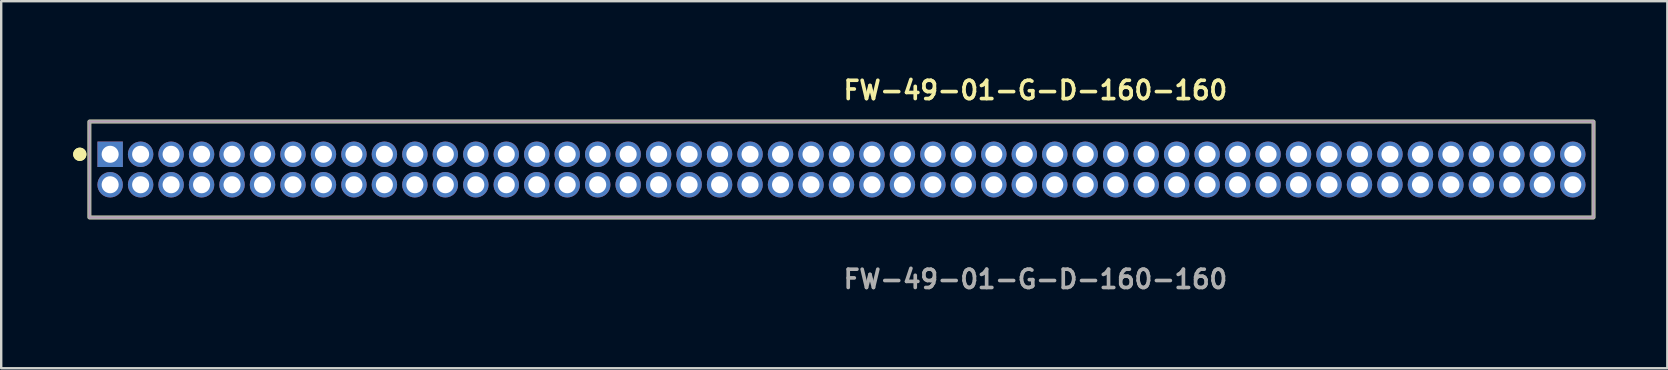
<source format=kicad_pcb>
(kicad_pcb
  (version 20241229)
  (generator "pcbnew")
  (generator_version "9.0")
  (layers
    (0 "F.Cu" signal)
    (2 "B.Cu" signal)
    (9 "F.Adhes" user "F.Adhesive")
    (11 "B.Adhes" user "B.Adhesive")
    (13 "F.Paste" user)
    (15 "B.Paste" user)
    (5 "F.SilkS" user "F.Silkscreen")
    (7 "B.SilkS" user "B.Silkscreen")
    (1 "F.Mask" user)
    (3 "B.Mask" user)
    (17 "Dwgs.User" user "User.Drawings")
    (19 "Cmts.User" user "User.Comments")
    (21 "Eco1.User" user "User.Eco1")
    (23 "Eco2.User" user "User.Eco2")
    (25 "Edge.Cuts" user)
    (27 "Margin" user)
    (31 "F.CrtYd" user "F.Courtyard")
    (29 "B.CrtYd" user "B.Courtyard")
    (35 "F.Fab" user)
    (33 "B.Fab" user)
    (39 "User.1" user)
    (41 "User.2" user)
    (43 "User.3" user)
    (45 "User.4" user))
  (footprint "FW-49-01-G-D-160-160"
    (layer "F.Cu")
    (at 32.021 4.015)
    (property "Reference" "FW-49-01-G-D-160-160" (at 0 -3.302 0) (unlocked yes) (layer "F.SilkS") (effects (font (size 0.762 0.762) (thickness 0.152)) (justify left)))
    (fp_rect (start -31.345 2) (end 31.345 -2) (stroke (width 0.152) (type solid)) (fill no) (layer "F.SilkS"))
    (fp_circle (center -31.745 -0.635) (end -31.945 -0.635) (stroke (width 0.152) (type solid)) (fill yes) (layer "F.SilkS"))
    (fp_circle (center -31.745 -0.635) (end -31.945 -0.635) (stroke (width 0.152) (type solid)) (fill yes) (layer "F.SilkS"))
    (fp_rect (start -31.345 2) (end 31.345 -2) (stroke (width 0.006) (type solid)) (fill no) (layer "F.CrtYd"))
    (fp_rect (start -31.345 2) (end 31.345 -2) (stroke (width 0.152) (type solid)) (fill no) (layer "F.Fab"))
    (fp_text user "${REFERENCE}" (at 0 4.572 0) (unlocked yes) (layer "F.Fab") (effects (font (size 0.762 0.762) (thickness 0.152)) (justify left)))
    (pad "1" thru_hole rect (at -30.48 -0.635) (size 1.06 1.06) (drill 0.71) (layers "*.Cu" "*.Mask"))
    (pad "2" thru_hole circle (at -30.48 0.635) (size 1.06 1.06) (drill 0.71) (layers "*.Cu" "*.Mask"))
    (pad "3" thru_hole circle (at -29.21 -0.635) (size 1.06 1.06) (drill 0.71) (layers "*.Cu" "*.Mask"))
    (pad "4" thru_hole circle (at -29.21 0.635) (size 1.06 1.06) (drill 0.71) (layers "*.Cu" "*.Mask"))
    (pad "5" thru_hole circle (at -27.94 -0.635) (size 1.06 1.06) (drill 0.71) (layers "*.Cu" "*.Mask"))
    (pad "6" thru_hole circle (at -27.94 0.635) (size 1.06 1.06) (drill 0.71) (layers "*.Cu" "*.Mask"))
    (pad "7" thru_hole circle (at -26.67 -0.635) (size 1.06 1.06) (drill 0.71) (layers "*.Cu" "*.Mask"))
    (pad "8" thru_hole circle (at -26.67 0.635) (size 1.06 1.06) (drill 0.71) (layers "*.Cu" "*.Mask"))
    (pad "9" thru_hole circle (at -25.4 -0.635) (size 1.06 1.06) (drill 0.71) (layers "*.Cu" "*.Mask"))
    (pad "10" thru_hole circle (at -25.4 0.635) (size 1.06 1.06) (drill 0.71) (layers "*.Cu" "*.Mask"))
    (pad "11" thru_hole circle (at -24.13 -0.635) (size 1.06 1.06) (drill 0.71) (layers "*.Cu" "*.Mask"))
    (pad "12" thru_hole circle (at -24.13 0.635) (size 1.06 1.06) (drill 0.71) (layers "*.Cu" "*.Mask"))
    (pad "13" thru_hole circle (at -22.86 -0.635) (size 1.06 1.06) (drill 0.71) (layers "*.Cu" "*.Mask"))
    (pad "14" thru_hole circle (at -22.86 0.635) (size 1.06 1.06) (drill 0.71) (layers "*.Cu" "*.Mask"))
    (pad "15" thru_hole circle (at -21.59 -0.635) (size 1.06 1.06) (drill 0.71) (layers "*.Cu" "*.Mask"))
    (pad "16" thru_hole circle (at -21.59 0.635) (size 1.06 1.06) (drill 0.71) (layers "*.Cu" "*.Mask"))
    (pad "17" thru_hole circle (at -20.32 -0.635) (size 1.06 1.06) (drill 0.71) (layers "*.Cu" "*.Mask"))
    (pad "18" thru_hole circle (at -20.32 0.635) (size 1.06 1.06) (drill 0.71) (layers "*.Cu" "*.Mask"))
    (pad "19" thru_hole circle (at -19.05 -0.635) (size 1.06 1.06) (drill 0.71) (layers "*.Cu" "*.Mask"))
    (pad "20" thru_hole circle (at -19.05 0.635) (size 1.06 1.06) (drill 0.71) (layers "*.Cu" "*.Mask"))
    (pad "21" thru_hole circle (at -17.78 -0.635) (size 1.06 1.06) (drill 0.71) (layers "*.Cu" "*.Mask"))
    (pad "22" thru_hole circle (at -17.78 0.635) (size 1.06 1.06) (drill 0.71) (layers "*.Cu" "*.Mask"))
    (pad "23" thru_hole circle (at -16.51 -0.635) (size 1.06 1.06) (drill 0.71) (layers "*.Cu" "*.Mask"))
    (pad "24" thru_hole circle (at -16.51 0.635) (size 1.06 1.06) (drill 0.71) (layers "*.Cu" "*.Mask"))
    (pad "25" thru_hole circle (at -15.24 -0.635) (size 1.06 1.06) (drill 0.71) (layers "*.Cu" "*.Mask"))
    (pad "26" thru_hole circle (at -15.24 0.635) (size 1.06 1.06) (drill 0.71) (layers "*.Cu" "*.Mask"))
    (pad "27" thru_hole circle (at -13.97 -0.635) (size 1.06 1.06) (drill 0.71) (layers "*.Cu" "*.Mask"))
    (pad "28" thru_hole circle (at -13.97 0.635) (size 1.06 1.06) (drill 0.71) (layers "*.Cu" "*.Mask"))
    (pad "29" thru_hole circle (at -12.7 -0.635) (size 1.06 1.06) (drill 0.71) (layers "*.Cu" "*.Mask"))
    (pad "30" thru_hole circle (at -12.7 0.635) (size 1.06 1.06) (drill 0.71) (layers "*.Cu" "*.Mask"))
    (pad "31" thru_hole circle (at -11.43 -0.635) (size 1.06 1.06) (drill 0.71) (layers "*.Cu" "*.Mask"))
    (pad "32" thru_hole circle (at -11.43 0.635) (size 1.06 1.06) (drill 0.71) (layers "*.Cu" "*.Mask"))
    (pad "33" thru_hole circle (at -10.16 -0.635) (size 1.06 1.06) (drill 0.71) (layers "*.Cu" "*.Mask"))
    (pad "34" thru_hole circle (at -10.16 0.635) (size 1.06 1.06) (drill 0.71) (layers "*.Cu" "*.Mask"))
    (pad "35" thru_hole circle (at -8.89 -0.635) (size 1.06 1.06) (drill 0.71) (layers "*.Cu" "*.Mask"))
    (pad "36" thru_hole circle (at -8.89 0.635) (size 1.06 1.06) (drill 0.71) (layers "*.Cu" "*.Mask"))
    (pad "37" thru_hole circle (at -7.62 -0.635) (size 1.06 1.06) (drill 0.71) (layers "*.Cu" "*.Mask"))
    (pad "38" thru_hole circle (at -7.62 0.635) (size 1.06 1.06) (drill 0.71) (layers "*.Cu" "*.Mask"))
    (pad "39" thru_hole circle (at -6.35 -0.635) (size 1.06 1.06) (drill 0.71) (layers "*.Cu" "*.Mask"))
    (pad "40" thru_hole circle (at -6.35 0.635) (size 1.06 1.06) (drill 0.71) (layers "*.Cu" "*.Mask"))
    (pad "41" thru_hole circle (at -5.08 -0.635) (size 1.06 1.06) (drill 0.71) (layers "*.Cu" "*.Mask"))
    (pad "42" thru_hole circle (at -5.08 0.635) (size 1.06 1.06) (drill 0.71) (layers "*.Cu" "*.Mask"))
    (pad "43" thru_hole circle (at -3.81 -0.635) (size 1.06 1.06) (drill 0.71) (layers "*.Cu" "*.Mask"))
    (pad "44" thru_hole circle (at -3.81 0.635) (size 1.06 1.06) (drill 0.71) (layers "*.Cu" "*.Mask"))
    (pad "45" thru_hole circle (at -2.54 -0.635) (size 1.06 1.06) (drill 0.71) (layers "*.Cu" "*.Mask"))
    (pad "46" thru_hole circle (at -2.54 0.635) (size 1.06 1.06) (drill 0.71) (layers "*.Cu" "*.Mask"))
    (pad "47" thru_hole circle (at -1.27 -0.635) (size 1.06 1.06) (drill 0.71) (layers "*.Cu" "*.Mask"))
    (pad "48" thru_hole circle (at -1.27 0.635) (size 1.06 1.06) (drill 0.71) (layers "*.Cu" "*.Mask"))
    (pad "49" thru_hole circle (at 0 -0.635) (size 1.06 1.06) (drill 0.71) (layers "*.Cu" "*.Mask"))
    (pad "50" thru_hole circle (at 0 0.635) (size 1.06 1.06) (drill 0.71) (layers "*.Cu" "*.Mask"))
    (pad "51" thru_hole circle (at 1.27 -0.635) (size 1.06 1.06) (drill 0.71) (layers "*.Cu" "*.Mask"))
    (pad "52" thru_hole circle (at 1.27 0.635) (size 1.06 1.06) (drill 0.71) (layers "*.Cu" "*.Mask"))
    (pad "53" thru_hole circle (at 2.54 -0.635) (size 1.06 1.06) (drill 0.71) (layers "*.Cu" "*.Mask"))
    (pad "54" thru_hole circle (at 2.54 0.635) (size 1.06 1.06) (drill 0.71) (layers "*.Cu" "*.Mask"))
    (pad "55" thru_hole circle (at 3.81 -0.635) (size 1.06 1.06) (drill 0.71) (layers "*.Cu" "*.Mask"))
    (pad "56" thru_hole circle (at 3.81 0.635) (size 1.06 1.06) (drill 0.71) (layers "*.Cu" "*.Mask"))
    (pad "57" thru_hole circle (at 5.08 -0.635) (size 1.06 1.06) (drill 0.71) (layers "*.Cu" "*.Mask"))
    (pad "58" thru_hole circle (at 5.08 0.635) (size 1.06 1.06) (drill 0.71) (layers "*.Cu" "*.Mask"))
    (pad "59" thru_hole circle (at 6.35 -0.635) (size 1.06 1.06) (drill 0.71) (layers "*.Cu" "*.Mask"))
    (pad "60" thru_hole circle (at 6.35 0.635) (size 1.06 1.06) (drill 0.71) (layers "*.Cu" "*.Mask"))
    (pad "61" thru_hole circle (at 7.62 -0.635) (size 1.06 1.06) (drill 0.71) (layers "*.Cu" "*.Mask"))
    (pad "62" thru_hole circle (at 7.62 0.635) (size 1.06 1.06) (drill 0.71) (layers "*.Cu" "*.Mask"))
    (pad "63" thru_hole circle (at 8.89 -0.635) (size 1.06 1.06) (drill 0.71) (layers "*.Cu" "*.Mask"))
    (pad "64" thru_hole circle (at 8.89 0.635) (size 1.06 1.06) (drill 0.71) (layers "*.Cu" "*.Mask"))
    (pad "65" thru_hole circle (at 10.16 -0.635) (size 1.06 1.06) (drill 0.71) (layers "*.Cu" "*.Mask"))
    (pad "66" thru_hole circle (at 10.16 0.635) (size 1.06 1.06) (drill 0.71) (layers "*.Cu" "*.Mask"))
    (pad "67" thru_hole circle (at 11.43 -0.635) (size 1.06 1.06) (drill 0.71) (layers "*.Cu" "*.Mask"))
    (pad "68" thru_hole circle (at 11.43 0.635) (size 1.06 1.06) (drill 0.71) (layers "*.Cu" "*.Mask"))
    (pad "69" thru_hole circle (at 12.7 -0.635) (size 1.06 1.06) (drill 0.71) (layers "*.Cu" "*.Mask"))
    (pad "70" thru_hole circle (at 12.7 0.635) (size 1.06 1.06) (drill 0.71) (layers "*.Cu" "*.Mask"))
    (pad "71" thru_hole circle (at 13.97 -0.635) (size 1.06 1.06) (drill 0.71) (layers "*.Cu" "*.Mask"))
    (pad "72" thru_hole circle (at 13.97 0.635) (size 1.06 1.06) (drill 0.71) (layers "*.Cu" "*.Mask"))
    (pad "73" thru_hole circle (at 15.24 -0.635) (size 1.06 1.06) (drill 0.71) (layers "*.Cu" "*.Mask"))
    (pad "74" thru_hole circle (at 15.24 0.635) (size 1.06 1.06) (drill 0.71) (layers "*.Cu" "*.Mask"))
    (pad "75" thru_hole circle (at 16.51 -0.635) (size 1.06 1.06) (drill 0.71) (layers "*.Cu" "*.Mask"))
    (pad "76" thru_hole circle (at 16.51 0.635) (size 1.06 1.06) (drill 0.71) (layers "*.Cu" "*.Mask"))
    (pad "77" thru_hole circle (at 17.78 -0.635) (size 1.06 1.06) (drill 0.71) (layers "*.Cu" "*.Mask"))
    (pad "78" thru_hole circle (at 17.78 0.635) (size 1.06 1.06) (drill 0.71) (layers "*.Cu" "*.Mask"))
    (pad "79" thru_hole circle (at 19.05 -0.635) (size 1.06 1.06) (drill 0.71) (layers "*.Cu" "*.Mask"))
    (pad "80" thru_hole circle (at 19.05 0.635) (size 1.06 1.06) (drill 0.71) (layers "*.Cu" "*.Mask"))
    (pad "81" thru_hole circle (at 20.32 -0.635) (size 1.06 1.06) (drill 0.71) (layers "*.Cu" "*.Mask"))
    (pad "82" thru_hole circle (at 20.32 0.635) (size 1.06 1.06) (drill 0.71) (layers "*.Cu" "*.Mask"))
    (pad "83" thru_hole circle (at 21.59 -0.635) (size 1.06 1.06) (drill 0.71) (layers "*.Cu" "*.Mask"))
    (pad "84" thru_hole circle (at 21.59 0.635) (size 1.06 1.06) (drill 0.71) (layers "*.Cu" "*.Mask"))
    (pad "85" thru_hole circle (at 22.86 -0.635) (size 1.06 1.06) (drill 0.71) (layers "*.Cu" "*.Mask"))
    (pad "86" thru_hole circle (at 22.86 0.635) (size 1.06 1.06) (drill 0.71) (layers "*.Cu" "*.Mask"))
    (pad "87" thru_hole circle (at 24.13 -0.635) (size 1.06 1.06) (drill 0.71) (layers "*.Cu" "*.Mask"))
    (pad "88" thru_hole circle (at 24.13 0.635) (size 1.06 1.06) (drill 0.71) (layers "*.Cu" "*.Mask"))
    (pad "89" thru_hole circle (at 25.4 -0.635) (size 1.06 1.06) (drill 0.71) (layers "*.Cu" "*.Mask"))
    (pad "90" thru_hole circle (at 25.4 0.635) (size 1.06 1.06) (drill 0.71) (layers "*.Cu" "*.Mask"))
    (pad "91" thru_hole circle (at 26.67 -0.635) (size 1.06 1.06) (drill 0.71) (layers "*.Cu" "*.Mask"))
    (pad "92" thru_hole circle (at 26.67 0.635) (size 1.06 1.06) (drill 0.71) (layers "*.Cu" "*.Mask"))
    (pad "93" thru_hole circle (at 27.94 -0.635) (size 1.06 1.06) (drill 0.71) (layers "*.Cu" "*.Mask"))
    (pad "94" thru_hole circle (at 27.94 0.635) (size 1.06 1.06) (drill 0.71) (layers "*.Cu" "*.Mask"))
    (pad "95" thru_hole circle (at 29.21 -0.635) (size 1.06 1.06) (drill 0.71) (layers "*.Cu" "*.Mask"))
    (pad "96" thru_hole circle (at 29.21 0.635) (size 1.06 1.06) (drill 0.71) (layers "*.Cu" "*.Mask"))
    (pad "97" thru_hole circle (at 30.48 -0.635) (size 1.06 1.06) (drill 0.71) (layers "*.Cu" "*.Mask"))
    (pad "98" thru_hole circle (at 30.48 0.635) (size 1.06 1.06) (drill 0.71) (layers "*.Cu" "*.Mask")))
  (gr_rect
    (start -3 -3)
    (end 66.442 12.3)
    (stroke (width 0.1) (type default))
    (fill no)
    (layer "Edge.Cuts")))
</source>
